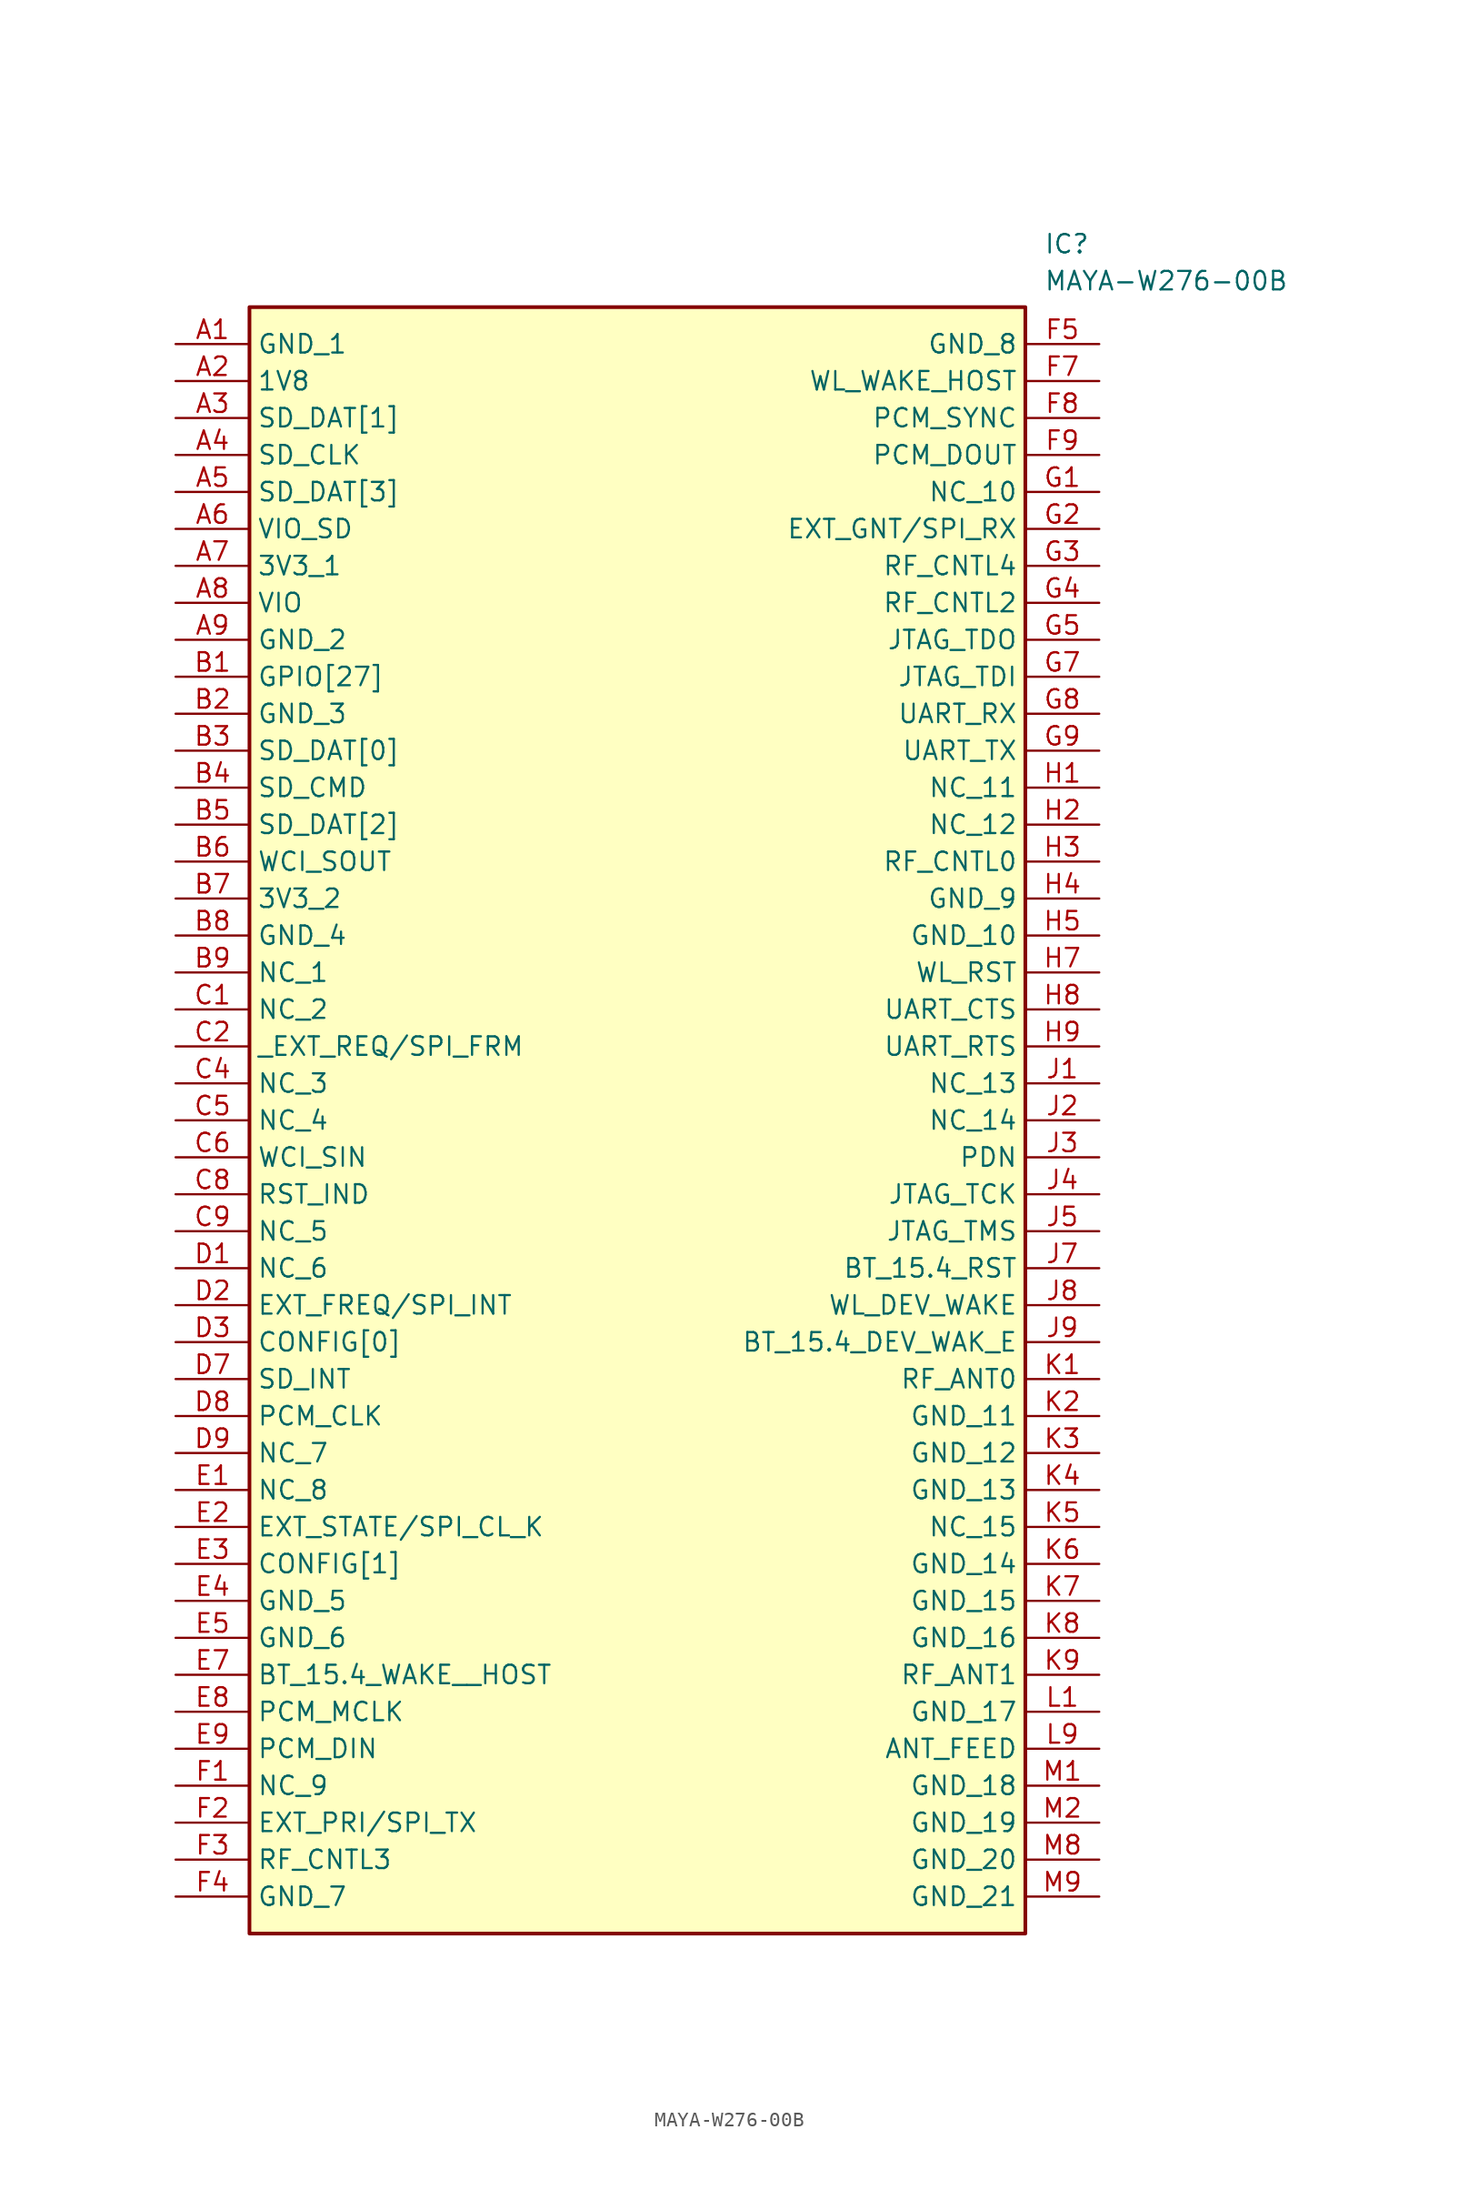
<source format=kicad_sym>
(kicad_symbol_lib
  (version 20211014)
  (generator SamacSys_ECAD_Model)
  (symbol "MAYA-W276-00B"
    (property "Reference" "IC"
      (at 59.69 7.62 0)
      (effects (font (size 1.27 1.27)) (justify left top)))
    (property "Value" "MAYA-W276-00B"
      (at 59.69 5.08 0)
      (effects (font (size 1.27 1.27)) (justify left top)))
    (rectangle
      (start 5.08 2.54)
      (end 58.42 -109.22)
      (stroke (width 0.254) (type default))
      (fill (type background)))
    (pin passive line
      (at 0 0 0)
      (length 5.08)
      (name "GND_1" (effects (font (size 1.27 1.27))))
      (number "A1" (effects (font (size 1.27 1.27)))))
    (pin passive line
      (at 0 -2.54 0)
      (length 5.08)
      (name "1V8" (effects (font (size 1.27 1.27))))
      (number "A2" (effects (font (size 1.27 1.27)))))
    (pin passive line
      (at 0 -5.08 0)
      (length 5.08)
      (name "SD_DAT[1]" (effects (font (size 1.27 1.27))))
      (number "A3" (effects (font (size 1.27 1.27)))))
    (pin passive line
      (at 0 -7.62 0)
      (length 5.08)
      (name "SD_CLK" (effects (font (size 1.27 1.27))))
      (number "A4" (effects (font (size 1.27 1.27)))))
    (pin passive line
      (at 0 -10.16 0)
      (length 5.08)
      (name "SD_DAT[3]" (effects (font (size 1.27 1.27))))
      (number "A5" (effects (font (size 1.27 1.27)))))
    (pin passive line
      (at 0 -12.7 0)
      (length 5.08)
      (name "VIO_SD" (effects (font (size 1.27 1.27))))
      (number "A6" (effects (font (size 1.27 1.27)))))
    (pin passive line
      (at 0 -15.24 0)
      (length 5.08)
      (name "3V3_1" (effects (font (size 1.27 1.27))))
      (number "A7" (effects (font (size 1.27 1.27)))))
    (pin passive line
      (at 0 -17.78 0)
      (length 5.08)
      (name "VIO" (effects (font (size 1.27 1.27))))
      (number "A8" (effects (font (size 1.27 1.27)))))
    (pin passive line
      (at 0 -20.32 0)
      (length 5.08)
      (name "GND_2" (effects (font (size 1.27 1.27))))
      (number "A9" (effects (font (size 1.27 1.27)))))
    (pin passive line
      (at 0 -22.86 0)
      (length 5.08)
      (name "GPIO[27]" (effects (font (size 1.27 1.27))))
      (number "B1" (effects (font (size 1.27 1.27)))))
    (pin passive line
      (at 0 -25.4 0)
      (length 5.08)
      (name "GND_3" (effects (font (size 1.27 1.27))))
      (number "B2" (effects (font (size 1.27 1.27)))))
    (pin passive line
      (at 0 -27.94 0)
      (length 5.08)
      (name "SD_DAT[0]" (effects (font (size 1.27 1.27))))
      (number "B3" (effects (font (size 1.27 1.27)))))
    (pin passive line
      (at 0 -30.48 0)
      (length 5.08)
      (name "SD_CMD" (effects (font (size 1.27 1.27))))
      (number "B4" (effects (font (size 1.27 1.27)))))
    (pin passive line
      (at 0 -33.02 0)
      (length 5.08)
      (name "SD_DAT[2]" (effects (font (size 1.27 1.27))))
      (number "B5" (effects (font (size 1.27 1.27)))))
    (pin passive line
      (at 0 -35.56 0)
      (length 5.08)
      (name "WCI_SOUT" (effects (font (size 1.27 1.27))))
      (number "B6" (effects (font (size 1.27 1.27)))))
    (pin passive line
      (at 0 -38.1 0)
      (length 5.08)
      (name "3V3_2" (effects (font (size 1.27 1.27))))
      (number "B7" (effects (font (size 1.27 1.27)))))
    (pin passive line
      (at 0 -40.64 0)
      (length 5.08)
      (name "GND_4" (effects (font (size 1.27 1.27))))
      (number "B8" (effects (font (size 1.27 1.27)))))
    (pin passive line
      (at 0 -43.18 0)
      (length 5.08)
      (name "NC_1" (effects (font (size 1.27 1.27))))
      (number "B9" (effects (font (size 1.27 1.27)))))
    (pin passive line
      (at 0 -45.72 0)
      (length 5.08)
      (name "NC_2" (effects (font (size 1.27 1.27))))
      (number "C1" (effects (font (size 1.27 1.27)))))
    (pin passive line
      (at 0 -48.26 0)
      (length 5.08)
      (name "_EXT_REQ/SPI_FRM" (effects (font (size 1.27 1.27))))
      (number "C2" (effects (font (size 1.27 1.27)))))
    (pin passive line
      (at 0 -50.8 0)
      (length 5.08)
      (name "NC_3" (effects (font (size 1.27 1.27))))
      (number "C4" (effects (font (size 1.27 1.27)))))
    (pin passive line
      (at 0 -53.34 0)
      (length 5.08)
      (name "NC_4" (effects (font (size 1.27 1.27))))
      (number "C5" (effects (font (size 1.27 1.27)))))
    (pin passive line
      (at 0 -55.88 0)
      (length 5.08)
      (name "WCI_SIN" (effects (font (size 1.27 1.27))))
      (number "C6" (effects (font (size 1.27 1.27)))))
    (pin passive line
      (at 0 -58.42 0)
      (length 5.08)
      (name "RST_IND" (effects (font (size 1.27 1.27))))
      (number "C8" (effects (font (size 1.27 1.27)))))
    (pin passive line
      (at 0 -60.96 0)
      (length 5.08)
      (name "NC_5" (effects (font (size 1.27 1.27))))
      (number "C9" (effects (font (size 1.27 1.27)))))
    (pin passive line
      (at 0 -63.5 0)
      (length 5.08)
      (name "NC_6" (effects (font (size 1.27 1.27))))
      (number "D1" (effects (font (size 1.27 1.27)))))
    (pin passive line
      (at 0 -66.04 0)
      (length 5.08)
      (name "EXT_FREQ/SPI_INT" (effects (font (size 1.27 1.27))))
      (number "D2" (effects (font (size 1.27 1.27)))))
    (pin passive line
      (at 0 -68.58 0)
      (length 5.08)
      (name "CONFIG[0]" (effects (font (size 1.27 1.27))))
      (number "D3" (effects (font (size 1.27 1.27)))))
    (pin passive line
      (at 0 -71.12 0)
      (length 5.08)
      (name "SD_INT" (effects (font (size 1.27 1.27))))
      (number "D7" (effects (font (size 1.27 1.27)))))
    (pin passive line
      (at 0 -73.66 0)
      (length 5.08)
      (name "PCM_CLK" (effects (font (size 1.27 1.27))))
      (number "D8" (effects (font (size 1.27 1.27)))))
    (pin passive line
      (at 0 -76.2 0)
      (length 5.08)
      (name "NC_7" (effects (font (size 1.27 1.27))))
      (number "D9" (effects (font (size 1.27 1.27)))))
    (pin passive line
      (at 0 -78.74 0)
      (length 5.08)
      (name "NC_8" (effects (font (size 1.27 1.27))))
      (number "E1" (effects (font (size 1.27 1.27)))))
    (pin passive line
      (at 0 -81.28 0)
      (length 5.08)
      (name "EXT_STATE/SPI_CL_K" (effects (font (size 1.27 1.27))))
      (number "E2" (effects (font (size 1.27 1.27)))))
    (pin passive line
      (at 0 -83.82 0)
      (length 5.08)
      (name "CONFIG[1]" (effects (font (size 1.27 1.27))))
      (number "E3" (effects (font (size 1.27 1.27)))))
    (pin passive line
      (at 0 -86.36 0)
      (length 5.08)
      (name "GND_5" (effects (font (size 1.27 1.27))))
      (number "E4" (effects (font (size 1.27 1.27)))))
    (pin passive line
      (at 0 -88.9 0)
      (length 5.08)
      (name "GND_6" (effects (font (size 1.27 1.27))))
      (number "E5" (effects (font (size 1.27 1.27)))))
    (pin passive line
      (at 0 -91.44 0)
      (length 5.08)
      (name "BT_15.4_WAKE__HOST" (effects (font (size 1.27 1.27))))
      (number "E7" (effects (font (size 1.27 1.27)))))
    (pin passive line
      (at 0 -93.98 0)
      (length 5.08)
      (name "PCM_MCLK" (effects (font (size 1.27 1.27))))
      (number "E8" (effects (font (size 1.27 1.27)))))
    (pin passive line
      (at 0 -96.52 0)
      (length 5.08)
      (name "PCM_DIN" (effects (font (size 1.27 1.27))))
      (number "E9" (effects (font (size 1.27 1.27)))))
    (pin passive line
      (at 0 -99.06 0)
      (length 5.08)
      (name "NC_9" (effects (font (size 1.27 1.27))))
      (number "F1" (effects (font (size 1.27 1.27)))))
    (pin passive line
      (at 0 -101.6 0)
      (length 5.08)
      (name "EXT_PRI/SPI_TX" (effects (font (size 1.27 1.27))))
      (number "F2" (effects (font (size 1.27 1.27)))))
    (pin passive line
      (at 0 -104.14 0)
      (length 5.08)
      (name "RF_CNTL3" (effects (font (size 1.27 1.27))))
      (number "F3" (effects (font (size 1.27 1.27)))))
    (pin passive line
      (at 0 -106.68 0)
      (length 5.08)
      (name "GND_7" (effects (font (size 1.27 1.27))))
      (number "F4" (effects (font (size 1.27 1.27)))))
    (pin passive line
      (at 63.5 0 180)
      (length 5.08)
      (name "GND_8" (effects (font (size 1.27 1.27))))
      (number "F5" (effects (font (size 1.27 1.27)))))
    (pin passive line
      (at 63.5 -2.54 180)
      (length 5.08)
      (name "WL_WAKE_HOST" (effects (font (size 1.27 1.27))))
      (number "F7" (effects (font (size 1.27 1.27)))))
    (pin passive line
      (at 63.5 -5.08 180)
      (length 5.08)
      (name "PCM_SYNC" (effects (font (size 1.27 1.27))))
      (number "F8" (effects (font (size 1.27 1.27)))))
    (pin passive line
      (at 63.5 -7.62 180)
      (length 5.08)
      (name "PCM_DOUT" (effects (font (size 1.27 1.27))))
      (number "F9" (effects (font (size 1.27 1.27)))))
    (pin passive line
      (at 63.5 -10.16 180)
      (length 5.08)
      (name "NC_10" (effects (font (size 1.27 1.27))))
      (number "G1" (effects (font (size 1.27 1.27)))))
    (pin passive line
      (at 63.5 -12.7 180)
      (length 5.08)
      (name "EXT_GNT/SPI_RX" (effects (font (size 1.27 1.27))))
      (number "G2" (effects (font (size 1.27 1.27)))))
    (pin passive line
      (at 63.5 -15.24 180)
      (length 5.08)
      (name "RF_CNTL4" (effects (font (size 1.27 1.27))))
      (number "G3" (effects (font (size 1.27 1.27)))))
    (pin passive line
      (at 63.5 -17.78 180)
      (length 5.08)
      (name "RF_CNTL2" (effects (font (size 1.27 1.27))))
      (number "G4" (effects (font (size 1.27 1.27)))))
    (pin passive line
      (at 63.5 -20.32 180)
      (length 5.08)
      (name "JTAG_TDO" (effects (font (size 1.27 1.27))))
      (number "G5" (effects (font (size 1.27 1.27)))))
    (pin passive line
      (at 63.5 -22.86 180)
      (length 5.08)
      (name "JTAG_TDI" (effects (font (size 1.27 1.27))))
      (number "G7" (effects (font (size 1.27 1.27)))))
    (pin passive line
      (at 63.5 -25.4 180)
      (length 5.08)
      (name "UART_RX" (effects (font (size 1.27 1.27))))
      (number "G8" (effects (font (size 1.27 1.27)))))
    (pin passive line
      (at 63.5 -27.94 180)
      (length 5.08)
      (name "UART_TX" (effects (font (size 1.27 1.27))))
      (number "G9" (effects (font (size 1.27 1.27)))))
    (pin passive line
      (at 63.5 -30.48 180)
      (length 5.08)
      (name "NC_11" (effects (font (size 1.27 1.27))))
      (number "H1" (effects (font (size 1.27 1.27)))))
    (pin passive line
      (at 63.5 -33.02 180)
      (length 5.08)
      (name "NC_12" (effects (font (size 1.27 1.27))))
      (number "H2" (effects (font (size 1.27 1.27)))))
    (pin passive line
      (at 63.5 -35.56 180)
      (length 5.08)
      (name "RF_CNTL0" (effects (font (size 1.27 1.27))))
      (number "H3" (effects (font (size 1.27 1.27)))))
    (pin passive line
      (at 63.5 -38.1 180)
      (length 5.08)
      (name "GND_9" (effects (font (size 1.27 1.27))))
      (number "H4" (effects (font (size 1.27 1.27)))))
    (pin passive line
      (at 63.5 -40.64 180)
      (length 5.08)
      (name "GND_10" (effects (font (size 1.27 1.27))))
      (number "H5" (effects (font (size 1.27 1.27)))))
    (pin passive line
      (at 63.5 -43.18 180)
      (length 5.08)
      (name "WL_RST" (effects (font (size 1.27 1.27))))
      (number "H7" (effects (font (size 1.27 1.27)))))
    (pin passive line
      (at 63.5 -45.72 180)
      (length 5.08)
      (name "UART_CTS" (effects (font (size 1.27 1.27))))
      (number "H8" (effects (font (size 1.27 1.27)))))
    (pin passive line
      (at 63.5 -48.26 180)
      (length 5.08)
      (name "UART_RTS" (effects (font (size 1.27 1.27))))
      (number "H9" (effects (font (size 1.27 1.27)))))
    (pin passive line
      (at 63.5 -50.8 180)
      (length 5.08)
      (name "NC_13" (effects (font (size 1.27 1.27))))
      (number "J1" (effects (font (size 1.27 1.27)))))
    (pin passive line
      (at 63.5 -53.34 180)
      (length 5.08)
      (name "NC_14" (effects (font (size 1.27 1.27))))
      (number "J2" (effects (font (size 1.27 1.27)))))
    (pin passive line
      (at 63.5 -55.88 180)
      (length 5.08)
      (name "PDN" (effects (font (size 1.27 1.27))))
      (number "J3" (effects (font (size 1.27 1.27)))))
    (pin passive line
      (at 63.5 -58.42 180)
      (length 5.08)
      (name "JTAG_TCK" (effects (font (size 1.27 1.27))))
      (number "J4" (effects (font (size 1.27 1.27)))))
    (pin passive line
      (at 63.5 -60.96 180)
      (length 5.08)
      (name "JTAG_TMS" (effects (font (size 1.27 1.27))))
      (number "J5" (effects (font (size 1.27 1.27)))))
    (pin passive line
      (at 63.5 -63.5 180)
      (length 5.08)
      (name "BT_15.4_RST" (effects (font (size 1.27 1.27))))
      (number "J7" (effects (font (size 1.27 1.27)))))
    (pin passive line
      (at 63.5 -66.04 180)
      (length 5.08)
      (name "WL_DEV_WAKE" (effects (font (size 1.27 1.27))))
      (number "J8" (effects (font (size 1.27 1.27)))))
    (pin passive line
      (at 63.5 -68.58 180)
      (length 5.08)
      (name "BT_15.4_DEV_WAK_E" (effects (font (size 1.27 1.27))))
      (number "J9" (effects (font (size 1.27 1.27)))))
    (pin passive line
      (at 63.5 -71.12 180)
      (length 5.08)
      (name "RF_ANT0" (effects (font (size 1.27 1.27))))
      (number "K1" (effects (font (size 1.27 1.27)))))
    (pin passive line
      (at 63.5 -73.66 180)
      (length 5.08)
      (name "GND_11" (effects (font (size 1.27 1.27))))
      (number "K2" (effects (font (size 1.27 1.27)))))
    (pin passive line
      (at 63.5 -76.2 180)
      (length 5.08)
      (name "GND_12" (effects (font (size 1.27 1.27))))
      (number "K3" (effects (font (size 1.27 1.27)))))
    (pin passive line
      (at 63.5 -78.74 180)
      (length 5.08)
      (name "GND_13" (effects (font (size 1.27 1.27))))
      (number "K4" (effects (font (size 1.27 1.27)))))
    (pin passive line
      (at 63.5 -81.28 180)
      (length 5.08)
      (name "NC_15" (effects (font (size 1.27 1.27))))
      (number "K5" (effects (font (size 1.27 1.27)))))
    (pin passive line
      (at 63.5 -83.82 180)
      (length 5.08)
      (name "GND_14" (effects (font (size 1.27 1.27))))
      (number "K6" (effects (font (size 1.27 1.27)))))
    (pin passive line
      (at 63.5 -86.36 180)
      (length 5.08)
      (name "GND_15" (effects (font (size 1.27 1.27))))
      (number "K7" (effects (font (size 1.27 1.27)))))
    (pin passive line
      (at 63.5 -88.9 180)
      (length 5.08)
      (name "GND_16" (effects (font (size 1.27 1.27))))
      (number "K8" (effects (font (size 1.27 1.27)))))
    (pin passive line
      (at 63.5 -91.44 180)
      (length 5.08)
      (name "RF_ANT1" (effects (font (size 1.27 1.27))))
      (number "K9" (effects (font (size 1.27 1.27)))))
    (pin passive line
      (at 63.5 -93.98 180)
      (length 5.08)
      (name "GND_17" (effects (font (size 1.27 1.27))))
      (number "L1" (effects (font (size 1.27 1.27)))))
    (pin passive line
      (at 63.5 -96.52 180)
      (length 5.08)
      (name "ANT_FEED" (effects (font (size 1.27 1.27))))
      (number "L9" (effects (font (size 1.27 1.27)))))
    (pin passive line
      (at 63.5 -99.06 180)
      (length 5.08)
      (name "GND_18" (effects (font (size 1.27 1.27))))
      (number "M1" (effects (font (size 1.27 1.27)))))
    (pin passive line
      (at 63.5 -101.6 180)
      (length 5.08)
      (name "GND_19" (effects (font (size 1.27 1.27))))
      (number "M2" (effects (font (size 1.27 1.27)))))
    (pin passive line
      (at 63.5 -104.14 180)
      (length 5.08)
      (name "GND_20" (effects (font (size 1.27 1.27))))
      (number "M8" (effects (font (size 1.27 1.27)))))
    (pin passive line
      (at 63.5 -106.68 180)
      (length 5.08)
      (name "GND_21" (effects (font (size 1.27 1.27))))
      (number "M9" (effects (font (size 1.27 1.27)))))))
</source>
